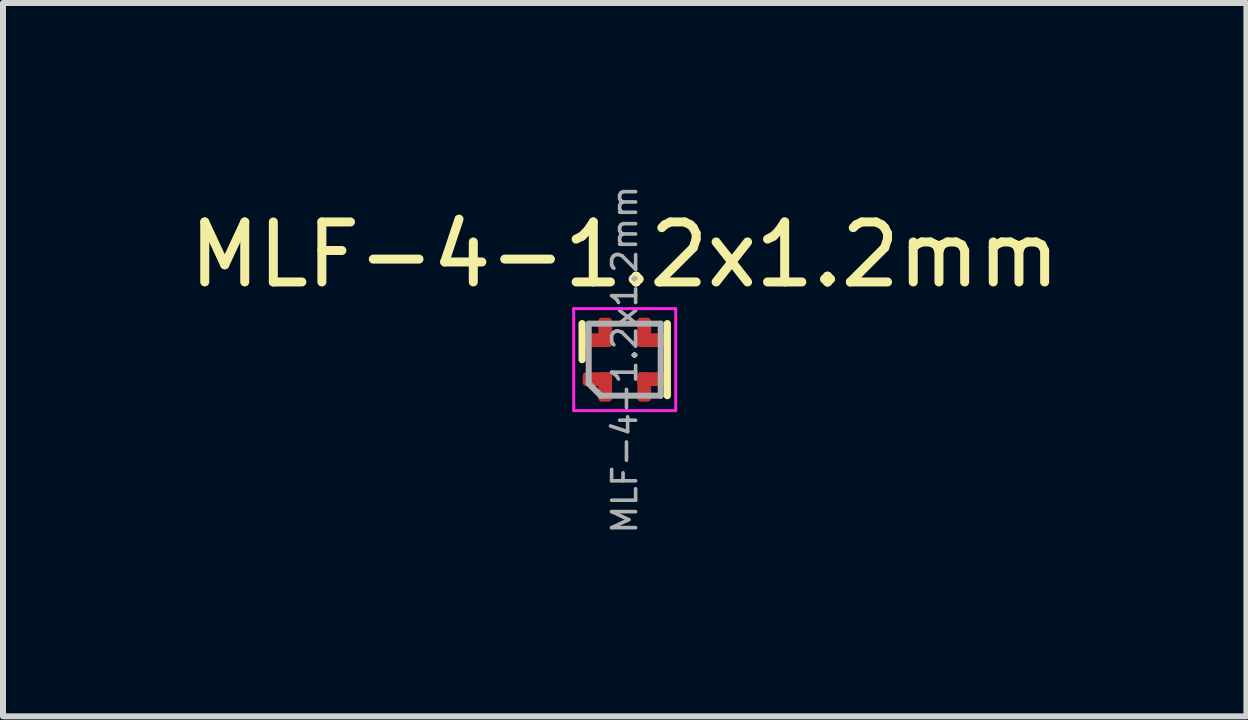
<source format=kicad_pcb>
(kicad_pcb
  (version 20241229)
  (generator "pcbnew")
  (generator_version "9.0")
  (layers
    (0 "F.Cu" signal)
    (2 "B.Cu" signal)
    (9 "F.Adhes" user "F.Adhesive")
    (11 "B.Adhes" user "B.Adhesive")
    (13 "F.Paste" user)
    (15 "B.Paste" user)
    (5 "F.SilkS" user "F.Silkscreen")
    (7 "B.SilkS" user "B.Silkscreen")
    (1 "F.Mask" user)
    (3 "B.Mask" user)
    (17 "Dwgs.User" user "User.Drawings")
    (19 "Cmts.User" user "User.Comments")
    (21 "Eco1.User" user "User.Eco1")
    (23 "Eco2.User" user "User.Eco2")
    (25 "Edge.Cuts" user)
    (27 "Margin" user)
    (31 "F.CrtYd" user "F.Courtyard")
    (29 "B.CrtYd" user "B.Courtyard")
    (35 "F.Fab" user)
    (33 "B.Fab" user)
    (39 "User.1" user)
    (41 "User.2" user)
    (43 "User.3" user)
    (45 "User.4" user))
  (footprint "MLF-4-1.2x1.2mm"
    (layer "F.Cu")
    (at 7.363 2.945)
    (property "Reference" "MLF-4-1.2x1.2mm" (at 0 -1.75 0) (layer "F.SilkS") (effects (font (size 1 1) (thickness 0.15))))
    (attr smd)
    (fp_line (start -0.71 0) (end -0.71 -0.6) (stroke (width 0.12) (type solid)) (layer "F.SilkS"))
    (fp_line (start 0.71 0.6) (end 0.71 -0.6) (stroke (width 0.12) (type solid)) (layer "F.SilkS"))
    (fp_line (start -0.85 -0.85) (end -0.85 0.85) (stroke (width 0.05) (type solid)) (layer "F.CrtYd"))
    (fp_line (start -0.85 0.85) (end 0.85 0.85) (stroke (width 0.05) (type solid)) (layer "F.CrtYd"))
    (fp_line (start 0.85 -0.85) (end -0.85 -0.85) (stroke (width 0.05) (type solid)) (layer "F.CrtYd"))
    (fp_line (start 0.85 0.85) (end 0.85 -0.85) (stroke (width 0.05) (type solid)) (layer "F.CrtYd"))
    (fp_line (start -0.6 -0.6) (end 0.6 -0.6) (stroke (width 0.1) (type solid)) (layer "F.Fab"))
    (fp_line (start -0.6 0.4) (end -0.6 -0.6) (stroke (width 0.1) (type solid)) (layer "F.Fab"))
    (fp_line (start -0.4 0.6) (end -0.6 0.4) (stroke (width 0.1) (type solid)) (layer "F.Fab"))
    (fp_line (start 0.6 -0.6) (end 0.6 0.6) (stroke (width 0.1) (type solid)) (layer "F.Fab"))
    (fp_line (start 0.6 0.6) (end -0.4 0.6) (stroke (width 0.1) (type solid)) (layer "F.Fab"))
    (fp_text user "${REFERENCE}" (at 0 0 90) (layer "F.Fab") (effects (font (size 0.4 0.4) (thickness 0.06))))
    (pad "1" smd roundrect (at -0.455 0.325 180) (size 0.49 0.23) (layers "F.Cu" "F.Mask" "F.Paste") (roundrect_rratio 0.25))
    (pad "1" smd roundrect (at -0.325 0.455 90) (size 0.49 0.23) (layers "F.Cu" "F.Mask" "F.Paste") (roundrect_rratio 0.25))
    (pad "2" smd roundrect (at 0.325 0.455 90) (size 0.49 0.23) (layers "F.Cu" "F.Mask" "F.Paste") (roundrect_rratio 0.25))
    (pad "2" smd roundrect (at 0.455 0.325 180) (size 0.49 0.23) (layers "F.Cu" "F.Mask" "F.Paste") (roundrect_rratio 0.25))
    (pad "3" smd roundrect (at 0.325 -0.455 90) (size 0.49 0.23) (layers "F.Cu" "F.Mask" "F.Paste") (roundrect_rratio 0.25))
    (pad "3" smd roundrect (at 0.455 -0.325 180) (size 0.49 0.23) (layers "F.Cu" "F.Mask" "F.Paste") (roundrect_rratio 0.25))
    (pad "4" smd roundrect (at -0.455 -0.325 180) (size 0.49 0.23) (layers "F.Cu" "F.Mask" "F.Paste") (roundrect_rratio 0.25))
    (pad "4" smd roundrect (at -0.325 -0.455 90) (size 0.49 0.23) (layers "F.Cu" "F.Mask" "F.Paste") (roundrect_rratio 0.25)))
  (gr_rect
    (start -3 -3)
    (end 17.726 8.89)
    (stroke (width 0.1) (type default))
    (fill no)
    (layer "Edge.Cuts")))
</source>
